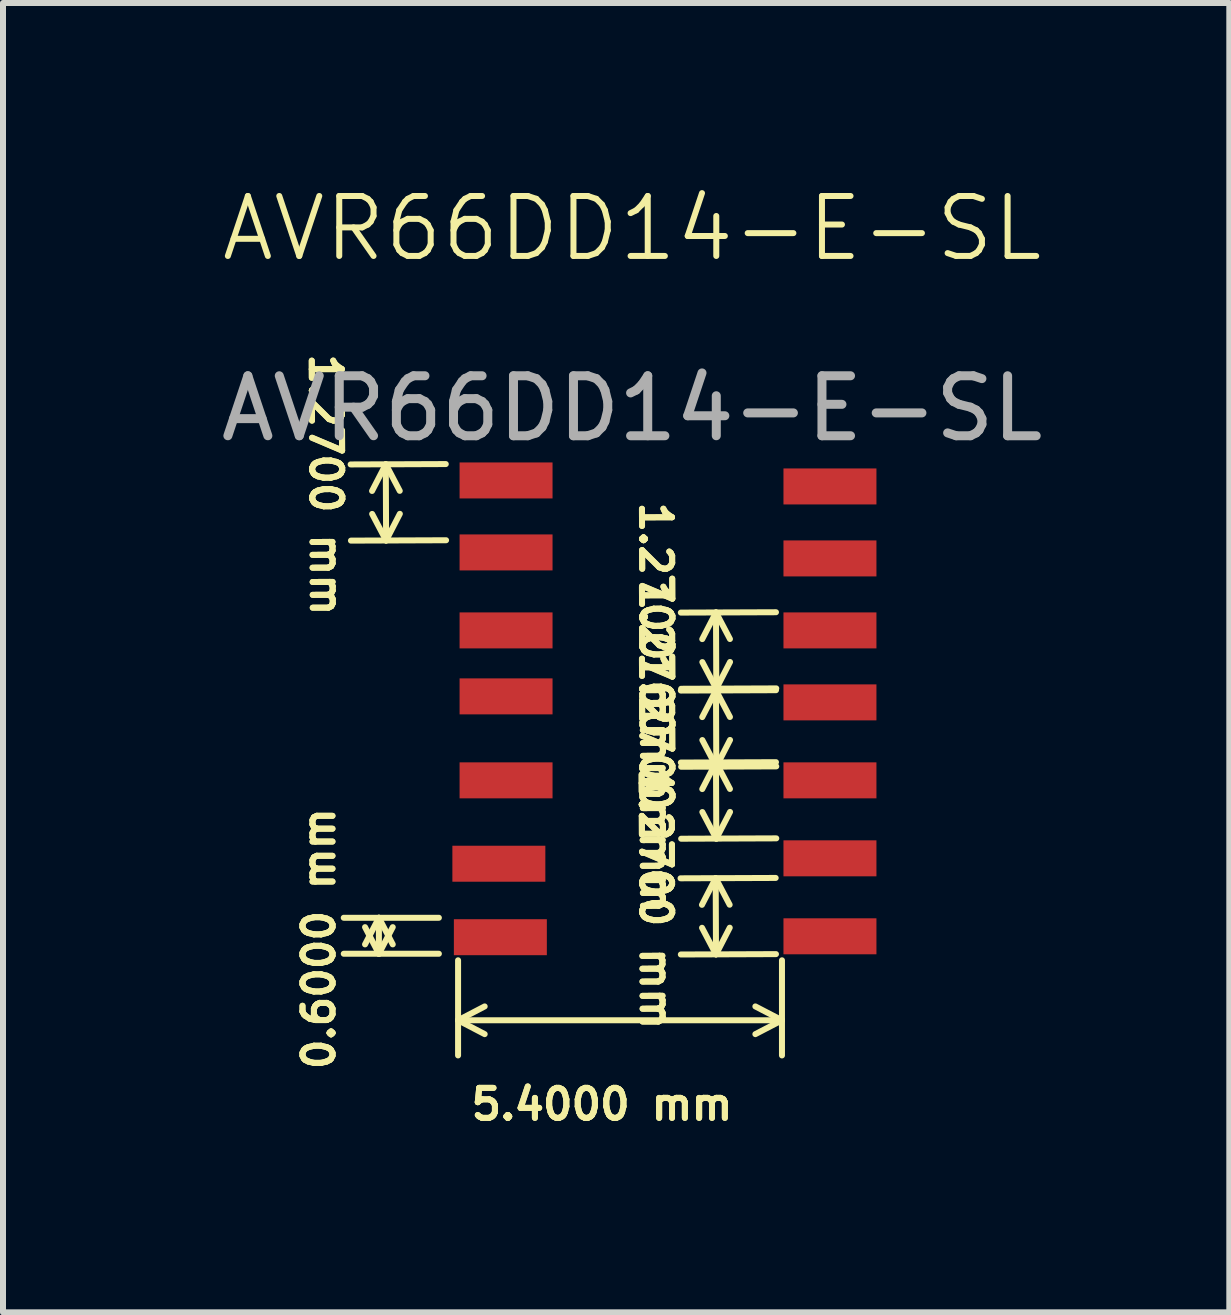
<source format=kicad_pcb>
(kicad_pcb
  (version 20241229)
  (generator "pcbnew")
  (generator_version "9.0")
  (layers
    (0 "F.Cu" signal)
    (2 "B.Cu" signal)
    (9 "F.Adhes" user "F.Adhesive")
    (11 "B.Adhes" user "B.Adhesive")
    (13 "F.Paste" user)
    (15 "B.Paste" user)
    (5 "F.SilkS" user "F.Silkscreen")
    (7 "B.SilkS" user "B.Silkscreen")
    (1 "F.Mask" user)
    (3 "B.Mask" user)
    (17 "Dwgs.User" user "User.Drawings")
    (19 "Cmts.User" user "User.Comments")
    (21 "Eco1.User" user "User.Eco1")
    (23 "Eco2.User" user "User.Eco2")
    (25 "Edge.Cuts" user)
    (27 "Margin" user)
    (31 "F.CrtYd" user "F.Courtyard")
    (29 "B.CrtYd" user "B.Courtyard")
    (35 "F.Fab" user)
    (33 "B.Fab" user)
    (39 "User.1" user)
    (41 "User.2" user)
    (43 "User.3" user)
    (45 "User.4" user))
  (footprint "AVR66DD14-E-SL"
    (layer "F.Cu")
    (at 7.487 1.26)
    (property "Reference" "AVR66DD14-E-SL" (at 0 -0.5 0) (unlocked yes) (layer "F.SilkS") (effects (font (size 1 1) (thickness 0.1))))
    (attr smd)
    (fp_text user "${REFERENCE}" (at 0 2.5 0) (unlocked yes) (layer "F.Fab") (effects (font (size 1 1) (thickness 0.15))))
    (dimension (type aligned) (layer "F.SilkS") (pts (xy 10.387 7.155) (xy 10.392 8.425)) (height 1.5) (format (prefix "") (suffix "") (units 2) (units_format 1) (precision 4)) (style (thickness 0.1) (arrow_length 0.5) (text_position_mode 2) (arrow_direction outward) (extension_height 0.586) (extension_offset 0.5) (keep_text_aligned yes)) (gr_text "1.2700 mm" (at 7.887 7.503 270.226) (layer "F.SilkS") (effects (font (size 0.5 0.5) (thickness 0.1)))))
    (dimension (type aligned) (layer "F.SilkS") (pts (xy 4.767 12.251) (xy 4.767 12.851)) (height 1.5) (format (prefix "") (suffix "") (units 2) (units_format 1) (precision 4)) (style (thickness 0.1) (arrow_length 0.5) (text_position_mode 2) (arrow_direction outward) (extension_height 0.586) (extension_offset 0.5) (keep_text_aligned yes)) (gr_text "0.6000 mm" (at 2.267 12.599 90) (layer "F.SilkS") (effects (font (size 0.5 0.5) (thickness 0.1)))))
    (dimension (type aligned) (layer "F.SilkS") (pts (xy 10.382 11.585) (xy 10.387 12.855)) (height 1.5) (format (prefix "") (suffix "") (units 2) (units_format 1) (precision 4)) (style (thickness 0.1) (arrow_length 0.5) (text_position_mode 2) (arrow_direction outward) (extension_height 0.586) (extension_offset 0.5) (keep_text_aligned yes)) (gr_text "1.2700 mm" (at 7.882 11.933 270.226) (layer "F.SilkS") (effects (font (size 0.5 0.5) (thickness 0.1)))))
    (dimension (type aligned) (layer "F.SilkS") (pts (xy 4.882 4.685) (xy 4.887 5.955)) (height 1.5) (format (prefix "") (suffix "") (units 2) (units_format 1) (precision 4)) (style (thickness 0.1) (arrow_length 0.5) (text_position_mode 2) (arrow_direction outward) (extension_height 0.586) (extension_offset 0.5) (keep_text_aligned yes)) (gr_text "1.2700 mm" (at 2.382 5.033 270.226) (layer "F.SilkS") (effects (font (size 0.5 0.5) (thickness 0.1)))))
    (dimension (type aligned) (layer "F.SilkS") (pts (xy 10.387 8.455) (xy 10.392 9.725)) (height 1.5) (format (prefix "") (suffix "") (units 2) (units_format 1) (precision 4)) (style (thickness 0.1) (arrow_length 0.5) (text_position_mode 2) (arrow_direction outward) (extension_height 0.586) (extension_offset 0.5) (keep_text_aligned yes)) (gr_text "1.2700 mm" (at 7.887 8.803 270.226) (layer "F.SilkS") (effects (font (size 0.5 0.5) (thickness 0.1)))))
    (dimension (type aligned) (layer "F.SilkS") (pts (xy 10.387 9.655) (xy 10.392 10.925)) (height 1.5) (format (prefix "") (suffix "") (units 2) (units_format 1) (precision 4)) (style (thickness 0.1) (arrow_length 0.5) (text_position_mode 2) (arrow_direction outward) (extension_height 0.586) (extension_offset 0.5) (keep_text_aligned yes)) (gr_text "1.2700 mm" (at 7.887 10.003 270.226) (layer "F.SilkS") (effects (font (size 0.5 0.5) (thickness 0.1)))))
    (dimension (type aligned) (layer "F.SilkS") (pts (xy 4.587 12.46) (xy 9.987 12.46)) (height 1.5) (format (prefix "") (suffix "") (units 2) (units_format 1) (precision 4)) (style (thickness 0.1) (arrow_length 0.5) (text_position_mode 2) (arrow_direction outward) (extension_height 0.586) (extension_offset 0.5) (keep_text_aligned yes)) (gr_text "5.4000 mm" (at 6.987 15.361 0) (layer "F.SilkS") (effects (font (size 0.5 0.5) (thickness 0.1)))))
    (pad "1" smd rect (at -2.1 3.7) (size 1.55 0.6) (layers "F.Cu" "F.Mask" "F.Paste"))
    (pad "2" smd rect (at -2.1 4.9) (size 1.55 0.6) (layers "F.Cu" "F.Mask" "F.Paste"))
    (pad "3" smd rect (at -2.1 6.2) (size 1.55 0.6) (layers "F.Cu" "F.Mask" "F.Paste"))
    (pad "4" smd rect (at -2.1 7.3) (size 1.55 0.6) (layers "F.Cu" "F.Mask" "F.Paste"))
    (pad "5" smd rect (at -2.1 8.7) (size 1.55 0.6) (layers "F.Cu" "F.Mask" "F.Paste"))
    (pad "6" smd rect (at -2.22 10.09) (size 1.55 0.6) (layers "F.Cu" "F.Mask" "F.Paste"))
    (pad "7" smd rect (at -2.195 11.315 270) (size 0.6 1.55) (layers "F.Cu" "F.Mask" "F.Paste"))
    (pad "8" smd rect (at 3.3 11.3) (size 1.55 0.6) (layers "F.Cu" "F.Mask" "F.Paste"))
    (pad "9" smd rect (at 3.3 10) (size 1.55 0.6) (layers "F.Cu" "F.Mask" "F.Paste"))
    (pad "10" smd rect (at 3.3 8.7) (size 1.55 0.6) (layers "F.Cu" "F.Mask" "F.Paste"))
    (pad "11" smd rect (at 3.3 7.4) (size 1.55 0.6) (layers "F.Cu" "F.Mask" "F.Paste"))
    (pad "12" smd rect (at 3.3 6.2) (size 1.55 0.6) (layers "F.Cu" "F.Mask" "F.Paste"))
    (pad "13" smd rect (at 3.3 5) (size 1.55 0.6) (layers "F.Cu" "F.Mask" "F.Paste"))
    (pad "14" smd rect (at 3.3 3.8) (size 1.55 0.6) (layers "F.Cu" "F.Mask" "F.Paste")))
  (gr_rect
    (start -3 -3)
    (end 17.445 18.829)
    (stroke (width 0.1) (type default))
    (fill no)
    (layer "Edge.Cuts")))
</source>
